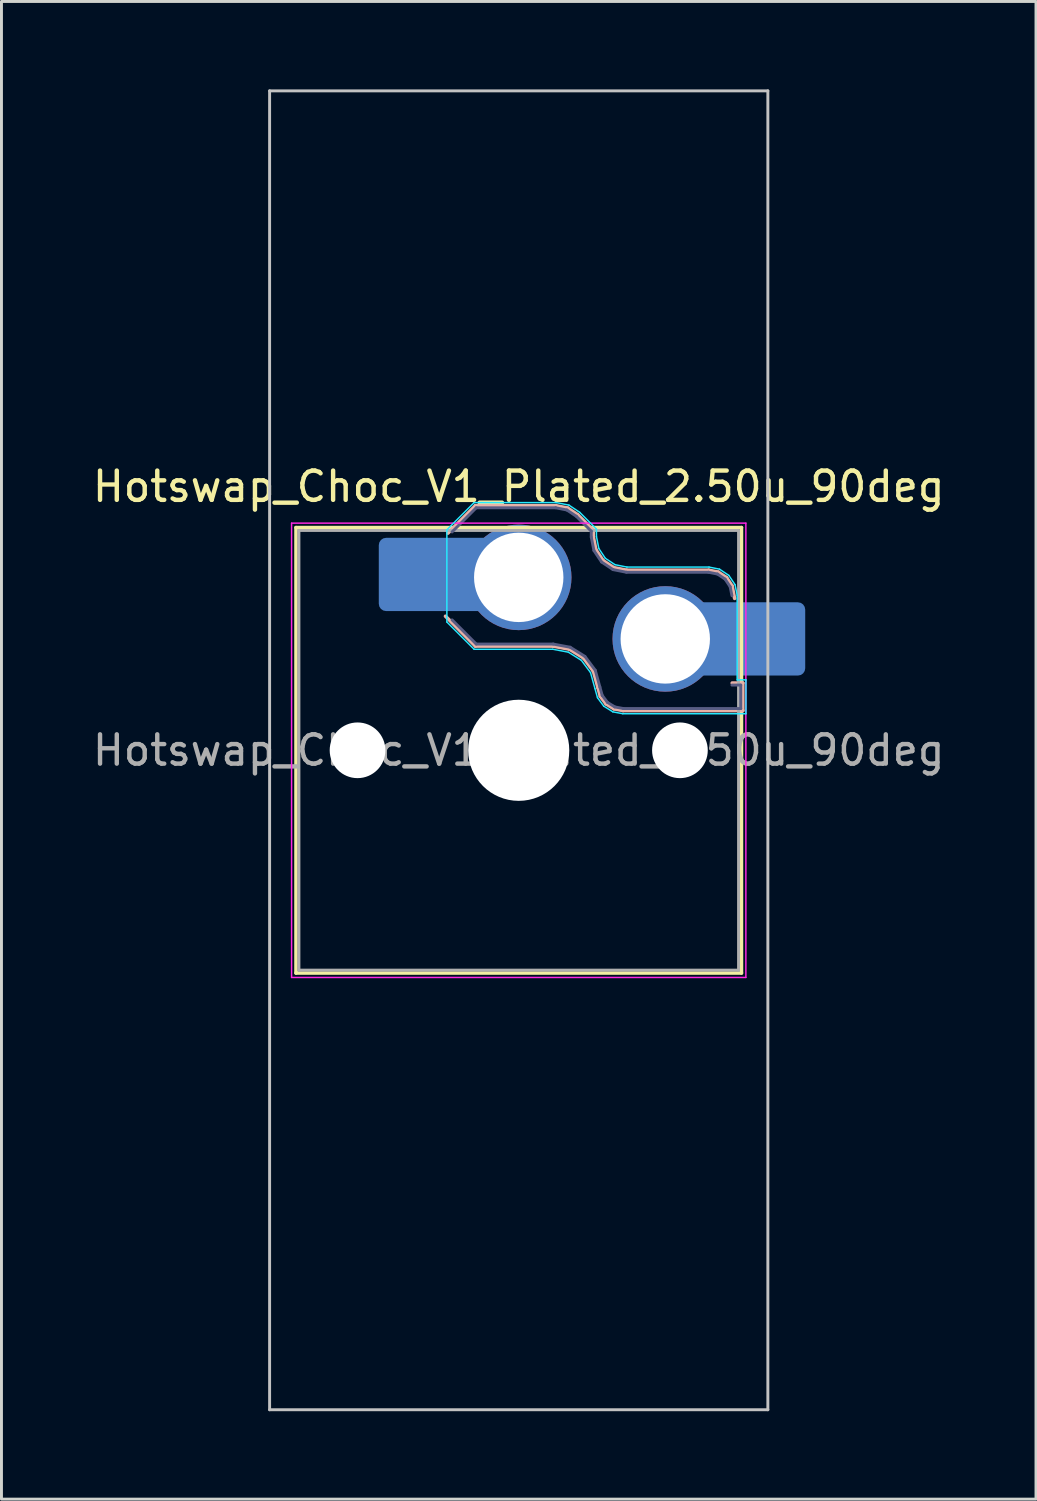
<source format=kicad_pcb>
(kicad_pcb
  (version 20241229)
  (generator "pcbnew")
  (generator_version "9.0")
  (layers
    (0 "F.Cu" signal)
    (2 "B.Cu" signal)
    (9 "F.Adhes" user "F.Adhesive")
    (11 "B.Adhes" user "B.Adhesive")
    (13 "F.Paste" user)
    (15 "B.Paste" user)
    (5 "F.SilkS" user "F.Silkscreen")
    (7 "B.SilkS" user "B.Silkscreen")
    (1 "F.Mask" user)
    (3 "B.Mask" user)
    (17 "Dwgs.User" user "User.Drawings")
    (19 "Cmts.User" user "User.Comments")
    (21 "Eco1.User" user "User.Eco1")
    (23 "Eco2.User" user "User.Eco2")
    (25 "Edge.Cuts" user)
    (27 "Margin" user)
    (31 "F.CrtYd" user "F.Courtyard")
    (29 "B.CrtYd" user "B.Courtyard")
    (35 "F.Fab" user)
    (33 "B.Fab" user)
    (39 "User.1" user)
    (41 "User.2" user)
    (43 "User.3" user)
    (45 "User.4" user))
  (footprint "Hotswap_Choc_V1_Plated_2.50u_90deg"
    (layer "F.Cu")
    (at 14.649 22.55)
    (property "Reference" "Hotswap_Choc_V1_Plated_2.50u_90deg" (at 0 -9 0) (layer "F.SilkS") (effects (font (size 1 1) (thickness 0.15))))
    (attr smd)
    (fp_line (start -7.6 -7.6) (end -7.6 7.6) (stroke (width 0.12) (type solid)) (layer "F.SilkS"))
    (fp_line (start -7.6 7.6) (end 7.6 7.6) (stroke (width 0.12) (type solid)) (layer "F.SilkS"))
    (fp_line (start 7.6 -7.6) (end -7.6 -7.6) (stroke (width 0.12) (type solid)) (layer "F.SilkS"))
    (fp_line (start 7.6 7.6) (end 7.6 -7.6) (stroke (width 0.12) (type solid)) (layer "F.SilkS"))
    (fp_line (start -2.416 -7.409) (end -1.479 -8.346) (stroke (width 0.12) (type solid)) (layer "B.SilkS"))
    (fp_line (start -1.479 -8.346) (end 1.268 -8.346) (stroke (width 0.12) (type solid)) (layer "B.SilkS"))
    (fp_line (start -1.479 -3.554) (end -2.5 -4.575) (stroke (width 0.12) (type solid)) (layer "B.SilkS"))
    (fp_line (start 1.168 -3.554) (end -1.479 -3.554) (stroke (width 0.12) (type solid)) (layer "B.SilkS"))
    (fp_line (start 1.268 -8.346) (end 1.671 -8.266) (stroke (width 0.12) (type solid)) (layer "B.SilkS"))
    (fp_line (start 1.671 -8.266) (end 2.013 -8.037) (stroke (width 0.12) (type solid)) (layer "B.SilkS"))
    (fp_line (start 1.73 -3.449) (end 1.168 -3.554) (stroke (width 0.12) (type solid)) (layer "B.SilkS"))
    (fp_line (start 2.013 -8.037) (end 2.546 -7.504) (stroke (width 0.12) (type solid)) (layer "B.SilkS"))
    (fp_line (start 2.209 -3.15) (end 1.73 -3.449) (stroke (width 0.12) (type solid)) (layer "B.SilkS"))
    (fp_line (start 2.546 -7.504) (end 2.546 -7.282) (stroke (width 0.12) (type solid)) (layer "B.SilkS"))
    (fp_line (start 2.546 -7.282) (end 2.633 -6.844) (stroke (width 0.12) (type solid)) (layer "B.SilkS"))
    (fp_line (start 2.547 -2.697) (end 2.209 -3.15) (stroke (width 0.12) (type solid)) (layer "B.SilkS"))
    (fp_line (start 2.633 -6.844) (end 2.877 -6.477) (stroke (width 0.12) (type solid)) (layer "B.SilkS"))
    (fp_line (start 2.701 -2.139) (end 2.547 -2.697) (stroke (width 0.12) (type solid)) (layer "B.SilkS"))
    (fp_line (start 2.783 -1.841) (end 2.701 -2.139) (stroke (width 0.12) (type solid)) (layer "B.SilkS"))
    (fp_line (start 2.877 -6.477) (end 3.244 -6.233) (stroke (width 0.12) (type solid)) (layer "B.SilkS"))
    (fp_line (start 2.976 -1.583) (end 2.783 -1.841) (stroke (width 0.12) (type solid)) (layer "B.SilkS"))
    (fp_line (start 3.244 -6.233) (end 3.682 -6.146) (stroke (width 0.12) (type solid)) (layer "B.SilkS"))
    (fp_line (start 3.25 -1.413) (end 2.976 -1.583) (stroke (width 0.12) (type solid)) (layer "B.SilkS"))
    (fp_line (start 3.56 -1.354) (end 3.25 -1.413) (stroke (width 0.12) (type solid)) (layer "B.SilkS"))
    (fp_line (start 3.682 -6.146) (end 6.482 -6.146) (stroke (width 0.12) (type solid)) (layer "B.SilkS"))
    (fp_line (start 6.482 -6.146) (end 6.809 -6.081) (stroke (width 0.12) (type solid)) (layer "B.SilkS"))
    (fp_line (start 6.809 -6.081) (end 7.092 -5.892) (stroke (width 0.12) (type solid)) (layer "B.SilkS"))
    (fp_line (start 7.092 -5.892) (end 7.281 -5.609) (stroke (width 0.12) (type solid)) (layer "B.SilkS"))
    (fp_line (start 7.281 -5.609) (end 7.366 -5.182) (stroke (width 0.12) (type solid)) (layer "B.SilkS"))
    (fp_line (start 7.283 -2.296) (end 7.646 -2.296) (stroke (width 0.12) (type solid)) (layer "B.SilkS"))
    (fp_line (start 7.646 -2.296) (end 7.646 -1.354) (stroke (width 0.12) (type solid)) (layer "B.SilkS"))
    (fp_line (start 7.646 -1.354) (end 3.56 -1.354) (stroke (width 0.12) (type solid)) (layer "B.SilkS"))
    (fp_line (start -8.5 -22.5) (end 8.5 -22.5) (stroke (width 0.1) (type solid)) (layer "Dwgs.User"))
    (fp_line (start -8.5 22.5) (end -8.5 -22.5) (stroke (width 0.1) (type solid)) (layer "Dwgs.User"))
    (fp_line (start 8.5 -22.5) (end 8.5 22.5) (stroke (width 0.1) (type solid)) (layer "Dwgs.User"))
    (fp_line (start 8.5 22.5) (end -8.5 22.5) (stroke (width 0.1) (type solid)) (layer "Dwgs.User"))
    (fp_line (start -7.25 -7.25) (end -7.25 7.25) (stroke (width 0.1) (type solid)) (layer "Eco1.User"))
    (fp_line (start -7.25 7.25) (end 7.25 7.25) (stroke (width 0.1) (type solid)) (layer "Eco1.User"))
    (fp_line (start 7.25 -7.25) (end -7.25 -7.25) (stroke (width 0.1) (type solid)) (layer "Eco1.User"))
    (fp_line (start 7.25 7.25) (end 7.25 -7.25) (stroke (width 0.1) (type solid)) (layer "Eco1.User"))
    (fp_line (start -2.452 -7.523) (end -1.523 -8.452) (stroke (width 0.05) (type solid)) (layer "B.CrtYd"))
    (fp_line (start -2.452 -4.377) (end -2.452 -7.523) (stroke (width 0.05) (type solid)) (layer "B.CrtYd"))
    (fp_line (start -1.523 -8.452) (end 1.278 -8.452) (stroke (width 0.05) (type solid)) (layer "B.CrtYd"))
    (fp_line (start -1.523 -3.448) (end -2.452 -4.377) (stroke (width 0.05) (type solid)) (layer "B.CrtYd"))
    (fp_line (start 1.159 -3.448) (end -1.523 -3.448) (stroke (width 0.05) (type solid)) (layer "B.CrtYd"))
    (fp_line (start 1.278 -8.452) (end 1.712 -8.366) (stroke (width 0.05) (type solid)) (layer "B.CrtYd"))
    (fp_line (start 1.691 -3.348) (end 1.159 -3.448) (stroke (width 0.05) (type solid)) (layer "B.CrtYd"))
    (fp_line (start 1.712 -8.366) (end 2.081 -8.119) (stroke (width 0.05) (type solid)) (layer "B.CrtYd"))
    (fp_line (start 2.081 -8.119) (end 2.652 -7.548) (stroke (width 0.05) (type solid)) (layer "B.CrtYd"))
    (fp_line (start 2.136 -3.071) (end 1.691 -3.348) (stroke (width 0.05) (type solid)) (layer "B.CrtYd"))
    (fp_line (start 2.45 -2.65) (end 2.136 -3.071) (stroke (width 0.05) (type solid)) (layer "B.CrtYd"))
    (fp_line (start 2.599 -2.111) (end 2.45 -2.65) (stroke (width 0.05) (type solid)) (layer "B.CrtYd"))
    (fp_line (start 2.652 -7.548) (end 2.652 -7.292) (stroke (width 0.05) (type solid)) (layer "B.CrtYd"))
    (fp_line (start 2.652 -7.292) (end 2.733 -6.885) (stroke (width 0.05) (type solid)) (layer "B.CrtYd"))
    (fp_line (start 2.687 -1.794) (end 2.599 -2.111) (stroke (width 0.05) (type solid)) (layer "B.CrtYd"))
    (fp_line (start 2.733 -6.885) (end 2.953 -6.553) (stroke (width 0.05) (type solid)) (layer "B.CrtYd"))
    (fp_line (start 2.903 -1.503) (end 2.687 -1.794) (stroke (width 0.05) (type solid)) (layer "B.CrtYd"))
    (fp_line (start 2.953 -6.553) (end 3.285 -6.333) (stroke (width 0.05) (type solid)) (layer "B.CrtYd"))
    (fp_line (start 3.211 -1.312) (end 2.903 -1.503) (stroke (width 0.05) (type solid)) (layer "B.CrtYd"))
    (fp_line (start 3.285 -6.333) (end 3.692 -6.252) (stroke (width 0.05) (type solid)) (layer "B.CrtYd"))
    (fp_line (start 3.55 -1.248) (end 3.211 -1.312) (stroke (width 0.05) (type solid)) (layer "B.CrtYd"))
    (fp_line (start 3.692 -6.252) (end 6.492 -6.252) (stroke (width 0.05) (type solid)) (layer "B.CrtYd"))
    (fp_line (start 6.492 -6.252) (end 6.85 -6.181) (stroke (width 0.05) (type solid)) (layer "B.CrtYd"))
    (fp_line (start 6.85 -6.181) (end 7.168 -5.968) (stroke (width 0.05) (type solid)) (layer "B.CrtYd"))
    (fp_line (start 7.168 -5.968) (end 7.381 -5.65) (stroke (width 0.05) (type solid)) (layer "B.CrtYd"))
    (fp_line (start 7.381 -5.65) (end 7.452 -5.292) (stroke (width 0.05) (type solid)) (layer "B.CrtYd"))
    (fp_line (start 7.452 -5.292) (end 7.452 -2.402) (stroke (width 0.05) (type solid)) (layer "B.CrtYd"))
    (fp_line (start 7.452 -2.402) (end 7.752 -2.402) (stroke (width 0.05) (type solid)) (layer "B.CrtYd"))
    (fp_line (start 7.752 -2.402) (end 7.752 -1.248) (stroke (width 0.05) (type solid)) (layer "B.CrtYd"))
    (fp_line (start 7.752 -1.248) (end 3.55 -1.248) (stroke (width 0.05) (type solid)) (layer "B.CrtYd"))
    (fp_line (start -7.75 -7.75) (end -7.75 7.75) (stroke (width 0.05) (type solid)) (layer "F.CrtYd"))
    (fp_line (start -7.75 7.75) (end 7.75 7.75) (stroke (width 0.05) (type solid)) (layer "F.CrtYd"))
    (fp_line (start 7.75 -7.75) (end -7.75 -7.75) (stroke (width 0.05) (type solid)) (layer "F.CrtYd"))
    (fp_line (start 7.75 7.75) (end 7.75 -7.75) (stroke (width 0.05) (type solid)) (layer "F.CrtYd"))
    (fp_line (start -2.275 -7.45) (end -1.45 -8.275) (stroke (width 0.1) (type solid)) (layer "B.Fab"))
    (fp_line (start -1.45 -8.275) (end 1.261 -8.275) (stroke (width 0.1) (type solid)) (layer "B.Fab"))
    (fp_line (start -1.45 -3.625) (end -2.275 -4.45) (stroke (width 0.1) (type solid)) (layer "B.Fab"))
    (fp_line (start 1.175 -3.625) (end -1.45 -3.625) (stroke (width 0.1) (type solid)) (layer "B.Fab"))
    (fp_line (start 1.261 -8.275) (end 1.643 -8.199) (stroke (width 0.1) (type solid)) (layer "B.Fab"))
    (fp_line (start 1.643 -8.199) (end 1.968 -7.982) (stroke (width 0.1) (type solid)) (layer "B.Fab"))
    (fp_line (start 1.756 -3.516) (end 1.175 -3.625) (stroke (width 0.1) (type solid)) (layer "B.Fab"))
    (fp_line (start 1.968 -7.982) (end 2.475 -7.475) (stroke (width 0.1) (type solid)) (layer "B.Fab"))
    (fp_line (start 2.258 -3.203) (end 1.756 -3.516) (stroke (width 0.1) (type solid)) (layer "B.Fab"))
    (fp_line (start 2.475 -7.475) (end 2.475 -7.275) (stroke (width 0.1) (type solid)) (layer "B.Fab"))
    (fp_line (start 2.475 -7.275) (end 2.566 -6.816) (stroke (width 0.1) (type solid)) (layer "B.Fab"))
    (fp_line (start 2.566 -6.816) (end 2.826 -6.426) (stroke (width 0.1) (type solid)) (layer "B.Fab"))
    (fp_line (start 2.612 -2.729) (end 2.258 -3.203) (stroke (width 0.1) (type solid)) (layer "B.Fab"))
    (fp_line (start 2.769 -2.158) (end 2.612 -2.729) (stroke (width 0.1) (type solid)) (layer "B.Fab"))
    (fp_line (start 2.826 -6.426) (end 3.216 -6.166) (stroke (width 0.1) (type solid)) (layer "B.Fab"))
    (fp_line (start 2.848 -1.873) (end 2.769 -2.158) (stroke (width 0.1) (type solid)) (layer "B.Fab"))
    (fp_line (start 3.025 -1.636) (end 2.848 -1.873) (stroke (width 0.1) (type solid)) (layer "B.Fab"))
    (fp_line (start 3.216 -6.166) (end 3.675 -6.075) (stroke (width 0.1) (type solid)) (layer "B.Fab"))
    (fp_line (start 3.276 -1.48) (end 3.025 -1.636) (stroke (width 0.1) (type solid)) (layer "B.Fab"))
    (fp_line (start 3.567 -1.425) (end 3.276 -1.48) (stroke (width 0.1) (type solid)) (layer "B.Fab"))
    (fp_line (start 3.675 -6.075) (end 6.475 -6.075) (stroke (width 0.1) (type solid)) (layer "B.Fab"))
    (fp_line (start 6.475 -6.075) (end 6.781 -6.014) (stroke (width 0.1) (type solid)) (layer "B.Fab"))
    (fp_line (start 6.781 -6.014) (end 7.041 -5.841) (stroke (width 0.1) (type solid)) (layer "B.Fab"))
    (fp_line (start 7.041 -5.841) (end 7.214 -5.581) (stroke (width 0.1) (type solid)) (layer "B.Fab"))
    (fp_line (start 7.214 -5.581) (end 7.275 -5.275) (stroke (width 0.1) (type solid)) (layer "B.Fab"))
    (fp_line (start 7.275 -2.225) (end 7.575 -2.225) (stroke (width 0.1) (type solid)) (layer "B.Fab"))
    (fp_line (start 7.575 -2.225) (end 7.575 -1.425) (stroke (width 0.1) (type solid)) (layer "B.Fab"))
    (fp_line (start 7.575 -1.425) (end 3.567 -1.425) (stroke (width 0.1) (type solid)) (layer "B.Fab"))
    (fp_line (start -7.5 -7.5) (end -7.5 7.5) (stroke (width 0.1) (type solid)) (layer "F.Fab"))
    (fp_line (start -7.5 7.5) (end 7.5 7.5) (stroke (width 0.1) (type solid)) (layer "F.Fab"))
    (fp_line (start 7.5 -7.5) (end -7.5 -7.5) (stroke (width 0.1) (type solid)) (layer "F.Fab"))
    (fp_line (start 7.5 7.5) (end 7.5 -7.5) (stroke (width 0.1) (type solid)) (layer "F.Fab"))
    (fp_text user "${REFERENCE}" (at 0 0 0) (layer "F.Fab") (effects (font (size 1 1) (thickness 0.15))))
    (pad "" np_thru_hole circle (at -5.5 0) (size 1.9 1.9) (drill 1.9) (layers "*.Cu" "*.Mask"))
    (pad "" smd roundrect (at -3.5 -6) (size 2.55 2.5) (layers "B.Mask" "B.Paste") (roundrect_rratio 0.1))
    (pad "" np_thru_hole circle (at 0 0) (size 3.45 3.45) (drill 3.45) (layers "*.Cu" "*.Mask"))
    (pad "" np_thru_hole circle (at 5.5 0) (size 1.9 1.9) (drill 1.9) (layers "*.Cu" "*.Mask"))
    (pad "" smd roundrect (at 8.5 -3.8) (size 2.55 2.5) (layers "B.Mask" "B.Paste") (roundrect_rratio 0.1))
    (pad "1" smd roundrect (at -2.85 -6) (size 3.85 2.5) (layers "B.Cu") (roundrect_rratio 0.1))
    (pad "1" thru_hole circle (at 0 -5.9) (size 3.6 3.6) (drill 3.05) (layers "*.Cu" "*.Mask"))
    (pad "2" thru_hole circle (at 5 -3.8) (size 3.6 3.6) (drill 3.05) (layers "*.Cu" "*.Mask"))
    (pad "2" smd roundrect (at 7.85 -3.8) (size 3.85 2.5) (layers "B.Cu") (roundrect_rratio 0.1)))
  (gr_rect
    (start -3 -3)
    (end 32.298 48.1)
    (stroke (width 0.1) (type default))
    (fill no)
    (layer "Edge.Cuts")))
</source>
